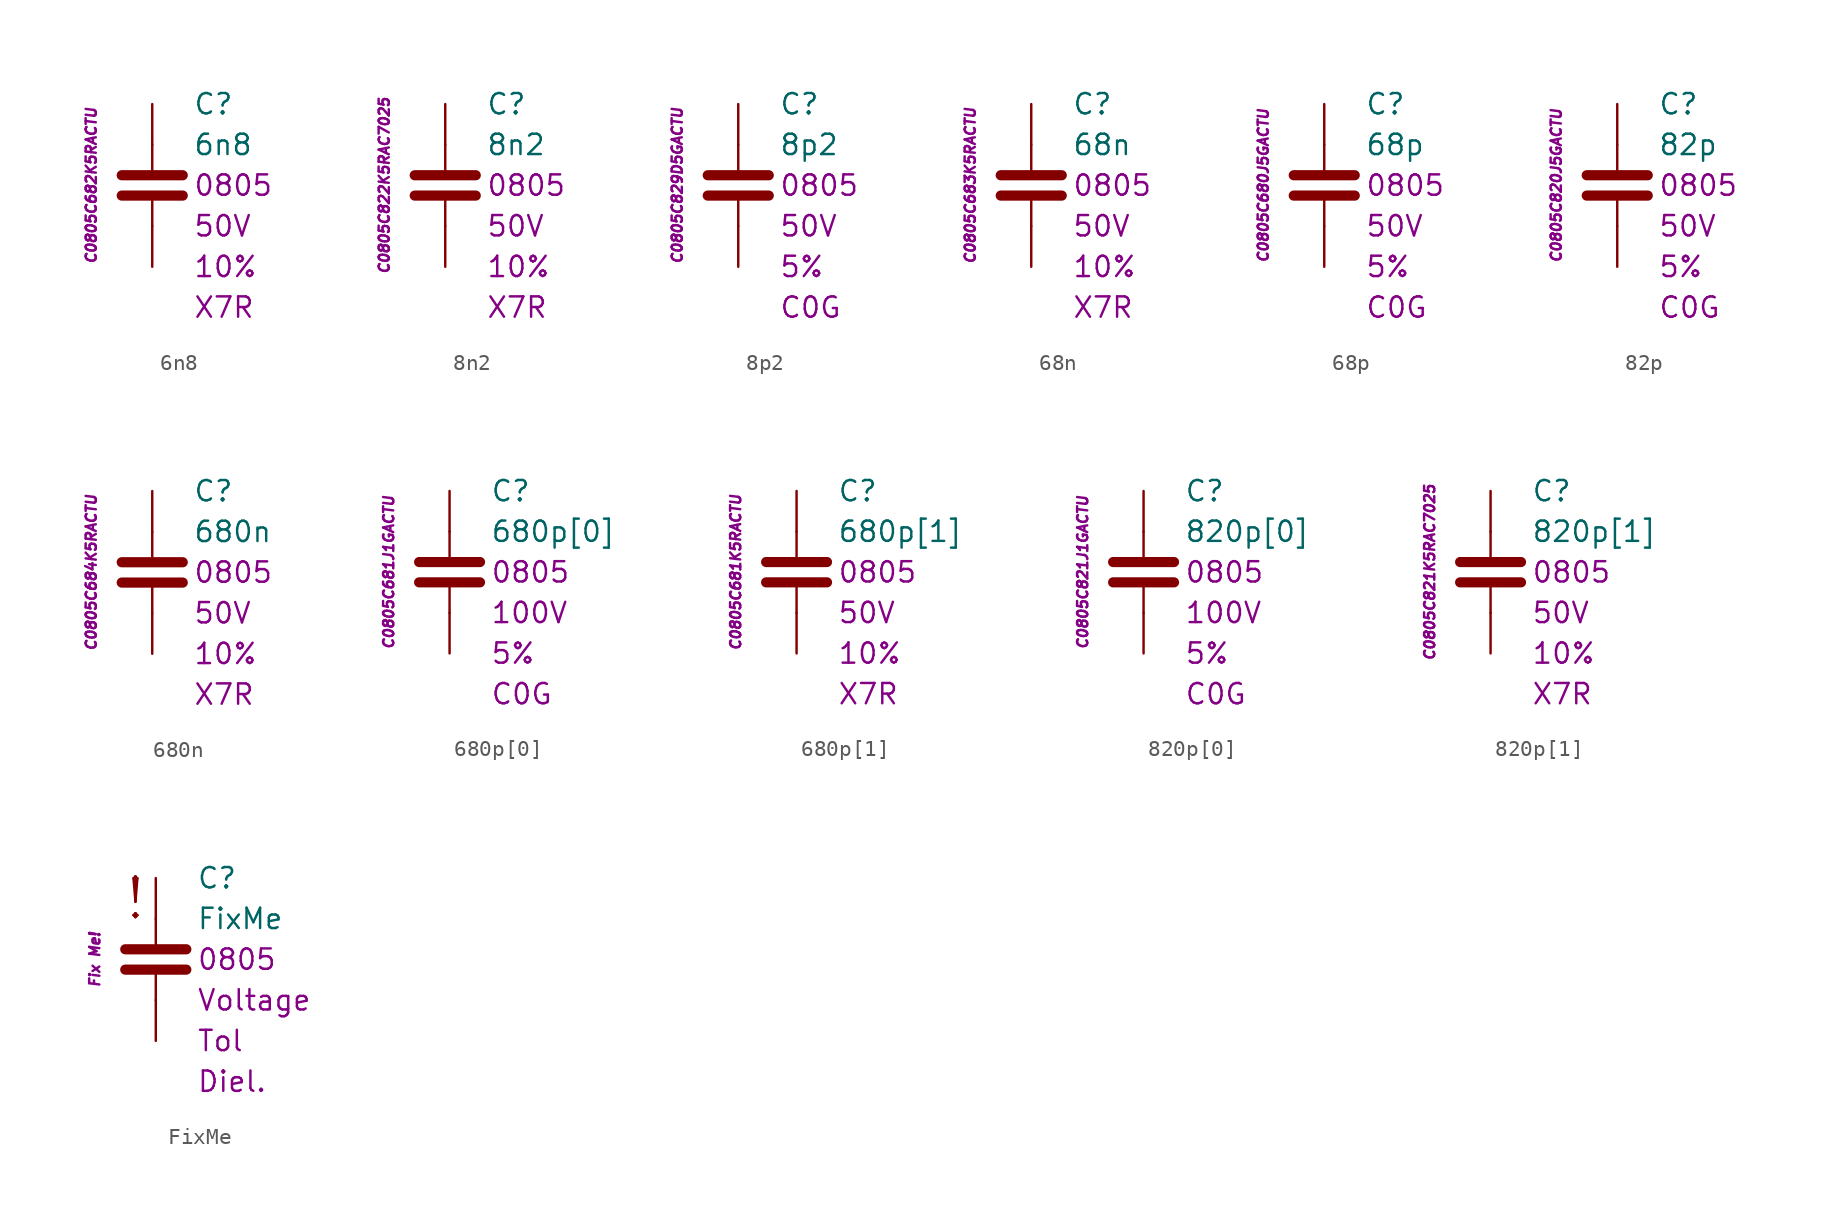
<source format=kicad_sym>
(kicad_symbol_lib
  (version 20201005)
  (generator kicad_symbol_editor)
  (symbol "6n8"
    (pin_numbers hide)
    (pin_names
      (offset 1.016) hide)
    (property "Reference" "C"
      (at 2.54 5.08 0)
      (effects (font (size 1.27 1.27)) (justify left)))
    (property "Value" "6n8"
      (at 2.54 2.54 0)
      (effects (font (size 1.27 1.27)) (justify left)))
    (property "Package" "0805"
      (at 2.54 0 0)
      (effects (font (size 1.27 1.27)) (justify left)))
    (property "Voltage" "50V"
      (at 2.54 -2.54 0)
      (effects (font (size 1.27 1.27)) (justify left)))
    (property "Tolerance" "10%"
      (at 2.54 -5.08 0)
      (effects (font (size 1.27 1.27)) (justify left)))
    (property "Dielectric" "X7R"
      (at 2.54 -7.62 0)
      (effects (font (size 1.27 1.27)) (justify left)))
    (property "ID" "C0805C682K5RACTU"
      (at -3.81 0 90)
      (effects (font (size 0.635 0.635) italic)))
    (symbol "6n8_0_1"
      (polyline (pts (xy -1.905 -0.635) (xy 1.905 -0.635)) (stroke (width 0.635)) (fill (type none)))
      (polyline (pts (xy -1.905 0.635) (xy 1.905 0.635)) (stroke (width 0.635)) (fill (type none)))
      (polyline (pts (xy 0 -2.54) (xy 0 -0.635)) (stroke (width 0.152)) (fill (type none)))
      (polyline (pts (xy 0 0.635) (xy 0 2.54)) (stroke (width 0.152)) (fill (type none))))
    (symbol "6n8_1_1"
      (pin passive line (at 0 5.08 270) (length 2.54) (name "~" (effects (font (size 1.778 1.778)))) (number "1" (effects (font (size 1.778 1.778)))))
      (pin passive line (at 0 -5.08 90) (length 2.54) (name "~" (effects (font (size 1.778 1.778)))) (number "2" (effects (font (size 1.778 1.778)))))))
  (symbol "8n2"
    (pin_numbers hide)
    (pin_names
      (offset 1.016) hide)
    (property "Reference" "C"
      (at 2.54 5.08 0)
      (effects (font (size 1.27 1.27)) (justify left)))
    (property "Value" "8n2"
      (at 2.54 2.54 0)
      (effects (font (size 1.27 1.27)) (justify left)))
    (property "Package" "0805"
      (at 2.54 0 0)
      (effects (font (size 1.27 1.27)) (justify left)))
    (property "Voltage" "50V"
      (at 2.54 -2.54 0)
      (effects (font (size 1.27 1.27)) (justify left)))
    (property "Tolerance" "10%"
      (at 2.54 -5.08 0)
      (effects (font (size 1.27 1.27)) (justify left)))
    (property "Dielectric" "X7R"
      (at 2.54 -7.62 0)
      (effects (font (size 1.27 1.27)) (justify left)))
    (property "ID" "C0805C822K5RAC7025"
      (at -3.81 0 90)
      (effects (font (size 0.635 0.635) italic)))
    (symbol "8n2_0_1"
      (polyline (pts (xy -1.905 -0.635) (xy 1.905 -0.635)) (stroke (width 0.635)) (fill (type none)))
      (polyline (pts (xy -1.905 0.635) (xy 1.905 0.635)) (stroke (width 0.635)) (fill (type none)))
      (polyline (pts (xy 0 -2.54) (xy 0 -0.635)) (stroke (width 0.152)) (fill (type none)))
      (polyline (pts (xy 0 0.635) (xy 0 2.54)) (stroke (width 0.152)) (fill (type none))))
    (symbol "8n2_1_1"
      (pin passive line (at 0 5.08 270) (length 2.54) (name "~" (effects (font (size 1.778 1.778)))) (number "1" (effects (font (size 1.778 1.778)))))
      (pin passive line (at 0 -5.08 90) (length 2.54) (name "~" (effects (font (size 1.778 1.778)))) (number "2" (effects (font (size 1.778 1.778)))))))
  (symbol "8p2"
    (pin_numbers hide)
    (pin_names
      (offset 1.016) hide)
    (property "Reference" "C"
      (at 2.54 5.08 0)
      (effects (font (size 1.27 1.27)) (justify left)))
    (property "Value" "8p2"
      (at 2.54 2.54 0)
      (effects (font (size 1.27 1.27)) (justify left)))
    (property "Package" "0805"
      (at 2.54 0 0)
      (effects (font (size 1.27 1.27)) (justify left)))
    (property "Voltage" "50V"
      (at 2.54 -2.54 0)
      (effects (font (size 1.27 1.27)) (justify left)))
    (property "Tolerance" "5%"
      (at 2.54 -5.08 0)
      (effects (font (size 1.27 1.27)) (justify left)))
    (property "Dielectric" "C0G"
      (at 2.54 -7.62 0)
      (effects (font (size 1.27 1.27)) (justify left)))
    (property "ID" "C0805C829D5GACTU"
      (at -3.81 0 90)
      (effects (font (size 0.635 0.635) italic)))
    (symbol "8p2_0_1"
      (polyline (pts (xy -1.905 -0.635) (xy 1.905 -0.635)) (stroke (width 0.635)) (fill (type none)))
      (polyline (pts (xy -1.905 0.635) (xy 1.905 0.635)) (stroke (width 0.635)) (fill (type none)))
      (polyline (pts (xy 0 -2.54) (xy 0 -0.635)) (stroke (width 0.152)) (fill (type none)))
      (polyline (pts (xy 0 0.635) (xy 0 2.54)) (stroke (width 0.152)) (fill (type none))))
    (symbol "8p2_1_1"
      (pin passive line (at 0 5.08 270) (length 2.54) (name "~" (effects (font (size 1.778 1.778)))) (number "1" (effects (font (size 1.778 1.778)))))
      (pin passive line (at 0 -5.08 90) (length 2.54) (name "~" (effects (font (size 1.778 1.778)))) (number "2" (effects (font (size 1.778 1.778)))))))
  (symbol "68n"
    (pin_numbers hide)
    (pin_names
      (offset 1.016) hide)
    (property "Reference" "C"
      (at 2.54 5.08 0)
      (effects (font (size 1.27 1.27)) (justify left)))
    (property "Value" "68n"
      (at 2.54 2.54 0)
      (effects (font (size 1.27 1.27)) (justify left)))
    (property "Package" "0805"
      (at 2.54 0 0)
      (effects (font (size 1.27 1.27)) (justify left)))
    (property "Voltage" "50V"
      (at 2.54 -2.54 0)
      (effects (font (size 1.27 1.27)) (justify left)))
    (property "Tolerance" "10%"
      (at 2.54 -5.08 0)
      (effects (font (size 1.27 1.27)) (justify left)))
    (property "Dielectric" "X7R"
      (at 2.54 -7.62 0)
      (effects (font (size 1.27 1.27)) (justify left)))
    (property "ID" "C0805C683K5RACTU"
      (at -3.81 0 90)
      (effects (font (size 0.635 0.635) italic)))
    (symbol "68n_0_1"
      (polyline (pts (xy -1.905 -0.635) (xy 1.905 -0.635)) (stroke (width 0.635)) (fill (type none)))
      (polyline (pts (xy -1.905 0.635) (xy 1.905 0.635)) (stroke (width 0.635)) (fill (type none)))
      (polyline (pts (xy 0 -2.54) (xy 0 -0.635)) (stroke (width 0.152)) (fill (type none)))
      (polyline (pts (xy 0 0.635) (xy 0 2.54)) (stroke (width 0.152)) (fill (type none))))
    (symbol "68n_1_1"
      (pin passive line (at 0 5.08 270) (length 2.54) (name "~" (effects (font (size 1.778 1.778)))) (number "1" (effects (font (size 1.778 1.778)))))
      (pin passive line (at 0 -5.08 90) (length 2.54) (name "~" (effects (font (size 1.778 1.778)))) (number "2" (effects (font (size 1.778 1.778)))))))
  (symbol "68p"
    (pin_numbers hide)
    (pin_names
      (offset 1.016) hide)
    (property "Reference" "C"
      (at 2.54 5.08 0)
      (effects (font (size 1.27 1.27)) (justify left)))
    (property "Value" "68p"
      (at 2.54 2.54 0)
      (effects (font (size 1.27 1.27)) (justify left)))
    (property "Package" "0805"
      (at 2.54 0 0)
      (effects (font (size 1.27 1.27)) (justify left)))
    (property "Voltage" "50V"
      (at 2.54 -2.54 0)
      (effects (font (size 1.27 1.27)) (justify left)))
    (property "Tolerance" "5%"
      (at 2.54 -5.08 0)
      (effects (font (size 1.27 1.27)) (justify left)))
    (property "Dielectric" "C0G"
      (at 2.54 -7.62 0)
      (effects (font (size 1.27 1.27)) (justify left)))
    (property "ID" "C0805C680J5GACTU"
      (at -3.81 0 90)
      (effects (font (size 0.635 0.635) italic)))
    (symbol "68p_0_1"
      (polyline (pts (xy -1.905 -0.635) (xy 1.905 -0.635)) (stroke (width 0.635)) (fill (type none)))
      (polyline (pts (xy -1.905 0.635) (xy 1.905 0.635)) (stroke (width 0.635)) (fill (type none)))
      (polyline (pts (xy 0 -2.54) (xy 0 -0.635)) (stroke (width 0.152)) (fill (type none)))
      (polyline (pts (xy 0 0.635) (xy 0 2.54)) (stroke (width 0.152)) (fill (type none))))
    (symbol "68p_1_1"
      (pin passive line (at 0 5.08 270) (length 2.54) (name "~" (effects (font (size 1.778 1.778)))) (number "1" (effects (font (size 1.778 1.778)))))
      (pin passive line (at 0 -5.08 90) (length 2.54) (name "~" (effects (font (size 1.778 1.778)))) (number "2" (effects (font (size 1.778 1.778)))))))
  (symbol "82p"
    (pin_numbers hide)
    (pin_names
      (offset 1.016) hide)
    (property "Reference" "C"
      (at 2.54 5.08 0)
      (effects (font (size 1.27 1.27)) (justify left)))
    (property "Value" "82p"
      (at 2.54 2.54 0)
      (effects (font (size 1.27 1.27)) (justify left)))
    (property "Package" "0805"
      (at 2.54 0 0)
      (effects (font (size 1.27 1.27)) (justify left)))
    (property "Voltage" "50V"
      (at 2.54 -2.54 0)
      (effects (font (size 1.27 1.27)) (justify left)))
    (property "Tolerance" "5%"
      (at 2.54 -5.08 0)
      (effects (font (size 1.27 1.27)) (justify left)))
    (property "Dielectric" "C0G"
      (at 2.54 -7.62 0)
      (effects (font (size 1.27 1.27)) (justify left)))
    (property "ID" "C0805C820J5GACTU"
      (at -3.81 0 90)
      (effects (font (size 0.635 0.635) italic)))
    (symbol "82p_0_1"
      (polyline (pts (xy -1.905 -0.635) (xy 1.905 -0.635)) (stroke (width 0.635)) (fill (type none)))
      (polyline (pts (xy -1.905 0.635) (xy 1.905 0.635)) (stroke (width 0.635)) (fill (type none)))
      (polyline (pts (xy 0 -2.54) (xy 0 -0.635)) (stroke (width 0.152)) (fill (type none)))
      (polyline (pts (xy 0 0.635) (xy 0 2.54)) (stroke (width 0.152)) (fill (type none))))
    (symbol "82p_1_1"
      (pin passive line (at 0 5.08 270) (length 2.54) (name "~" (effects (font (size 1.778 1.778)))) (number "1" (effects (font (size 1.778 1.778)))))
      (pin passive line (at 0 -5.08 90) (length 2.54) (name "~" (effects (font (size 1.778 1.778)))) (number "2" (effects (font (size 1.778 1.778)))))))
  (symbol "680n"
    (pin_numbers hide)
    (pin_names
      (offset 1.016) hide)
    (property "Reference" "C"
      (at 2.54 5.08 0)
      (effects (font (size 1.27 1.27)) (justify left)))
    (property "Value" "680n"
      (at 2.54 2.54 0)
      (effects (font (size 1.27 1.27)) (justify left)))
    (property "Package" "0805"
      (at 2.54 0 0)
      (effects (font (size 1.27 1.27)) (justify left)))
    (property "Voltage" "50V"
      (at 2.54 -2.54 0)
      (effects (font (size 1.27 1.27)) (justify left)))
    (property "Tolerance" "10%"
      (at 2.54 -5.08 0)
      (effects (font (size 1.27 1.27)) (justify left)))
    (property "Dielectric" "X7R"
      (at 2.54 -7.62 0)
      (effects (font (size 1.27 1.27)) (justify left)))
    (property "ID" "C0805C684K5RACTU"
      (at -3.81 0 90)
      (effects (font (size 0.635 0.635) italic)))
    (symbol "680n_0_1"
      (polyline (pts (xy -1.905 -0.635) (xy 1.905 -0.635)) (stroke (width 0.635)) (fill (type none)))
      (polyline (pts (xy -1.905 0.635) (xy 1.905 0.635)) (stroke (width 0.635)) (fill (type none)))
      (polyline (pts (xy 0 -2.54) (xy 0 -0.635)) (stroke (width 0.152)) (fill (type none)))
      (polyline (pts (xy 0 0.635) (xy 0 2.54)) (stroke (width 0.152)) (fill (type none))))
    (symbol "680n_1_1"
      (pin passive line (at 0 5.08 270) (length 2.54) (name "~" (effects (font (size 1.778 1.778)))) (number "1" (effects (font (size 1.778 1.778)))))
      (pin passive line (at 0 -5.08 90) (length 2.54) (name "~" (effects (font (size 1.778 1.778)))) (number "2" (effects (font (size 1.778 1.778)))))))
  (symbol "680p[0]"
    (pin_numbers hide)
    (pin_names
      (offset 1.016) hide)
    (property "Reference" "C"
      (at 2.54 5.08 0)
      (effects (font (size 1.27 1.27)) (justify left)))
    (property "Value" "680p[0]"
      (at 2.54 2.54 0)
      (effects (font (size 1.27 1.27)) (justify left)))
    (property "Package" "0805"
      (at 2.54 0 0)
      (effects (font (size 1.27 1.27)) (justify left)))
    (property "Voltage" "100V"
      (at 2.54 -2.54 0)
      (effects (font (size 1.27 1.27)) (justify left)))
    (property "Tolerance" "5%"
      (at 2.54 -5.08 0)
      (effects (font (size 1.27 1.27)) (justify left)))
    (property "Dielectric" "C0G"
      (at 2.54 -7.62 0)
      (effects (font (size 1.27 1.27)) (justify left)))
    (property "ID" "C0805C681J1GACTU"
      (at -3.81 0 90)
      (effects (font (size 0.635 0.635) italic)))
    (symbol "680p[0]_0_1"
      (polyline (pts (xy -1.905 -0.635) (xy 1.905 -0.635)) (stroke (width 0.635)) (fill (type none)))
      (polyline (pts (xy -1.905 0.635) (xy 1.905 0.635)) (stroke (width 0.635)) (fill (type none)))
      (polyline (pts (xy 0 -2.54) (xy 0 -0.635)) (stroke (width 0.152)) (fill (type none)))
      (polyline (pts (xy 0 0.635) (xy 0 2.54)) (stroke (width 0.152)) (fill (type none))))
    (symbol "680p[0]_1_1"
      (pin passive line (at 0 5.08 270) (length 2.54) (name "~" (effects (font (size 1.778 1.778)))) (number "1" (effects (font (size 1.778 1.778)))))
      (pin passive line (at 0 -5.08 90) (length 2.54) (name "~" (effects (font (size 1.778 1.778)))) (number "2" (effects (font (size 1.778 1.778)))))))
  (symbol "680p[1]"
    (pin_numbers hide)
    (pin_names
      (offset 1.016) hide)
    (property "Reference" "C"
      (at 2.54 5.08 0)
      (effects (font (size 1.27 1.27)) (justify left)))
    (property "Value" "680p[1]"
      (at 2.54 2.54 0)
      (effects (font (size 1.27 1.27)) (justify left)))
    (property "Package" "0805"
      (at 2.54 0 0)
      (effects (font (size 1.27 1.27)) (justify left)))
    (property "Voltage" "50V"
      (at 2.54 -2.54 0)
      (effects (font (size 1.27 1.27)) (justify left)))
    (property "Tolerance" "10%"
      (at 2.54 -5.08 0)
      (effects (font (size 1.27 1.27)) (justify left)))
    (property "Dielectric" "X7R"
      (at 2.54 -7.62 0)
      (effects (font (size 1.27 1.27)) (justify left)))
    (property "ID" "C0805C681K5RACTU"
      (at -3.81 0 90)
      (effects (font (size 0.635 0.635) italic)))
    (symbol "680p[1]_0_1"
      (polyline (pts (xy -1.905 -0.635) (xy 1.905 -0.635)) (stroke (width 0.635)) (fill (type none)))
      (polyline (pts (xy -1.905 0.635) (xy 1.905 0.635)) (stroke (width 0.635)) (fill (type none)))
      (polyline (pts (xy 0 -2.54) (xy 0 -0.635)) (stroke (width 0.152)) (fill (type none)))
      (polyline (pts (xy 0 0.635) (xy 0 2.54)) (stroke (width 0.152)) (fill (type none))))
    (symbol "680p[1]_1_1"
      (pin passive line (at 0 5.08 270) (length 2.54) (name "~" (effects (font (size 1.778 1.778)))) (number "1" (effects (font (size 1.778 1.778)))))
      (pin passive line (at 0 -5.08 90) (length 2.54) (name "~" (effects (font (size 1.778 1.778)))) (number "2" (effects (font (size 1.778 1.778)))))))
  (symbol "820p[0]"
    (pin_numbers hide)
    (pin_names
      (offset 1.016) hide)
    (property "Reference" "C"
      (at 2.54 5.08 0)
      (effects (font (size 1.27 1.27)) (justify left)))
    (property "Value" "820p[0]"
      (at 2.54 2.54 0)
      (effects (font (size 1.27 1.27)) (justify left)))
    (property "Package" "0805"
      (at 2.54 0 0)
      (effects (font (size 1.27 1.27)) (justify left)))
    (property "Voltage" "100V"
      (at 2.54 -2.54 0)
      (effects (font (size 1.27 1.27)) (justify left)))
    (property "Tolerance" "5%"
      (at 2.54 -5.08 0)
      (effects (font (size 1.27 1.27)) (justify left)))
    (property "Dielectric" "C0G"
      (at 2.54 -7.62 0)
      (effects (font (size 1.27 1.27)) (justify left)))
    (property "ID" "C0805C821J1GACTU"
      (at -3.81 0 90)
      (effects (font (size 0.635 0.635) italic)))
    (symbol "820p[0]_0_1"
      (polyline (pts (xy -1.905 -0.635) (xy 1.905 -0.635)) (stroke (width 0.635)) (fill (type none)))
      (polyline (pts (xy -1.905 0.635) (xy 1.905 0.635)) (stroke (width 0.635)) (fill (type none)))
      (polyline (pts (xy 0 -2.54) (xy 0 -0.635)) (stroke (width 0.152)) (fill (type none)))
      (polyline (pts (xy 0 0.635) (xy 0 2.54)) (stroke (width 0.152)) (fill (type none))))
    (symbol "820p[0]_1_1"
      (pin passive line (at 0 5.08 270) (length 2.54) (name "~" (effects (font (size 1.778 1.778)))) (number "1" (effects (font (size 1.778 1.778)))))
      (pin passive line (at 0 -5.08 90) (length 2.54) (name "~" (effects (font (size 1.778 1.778)))) (number "2" (effects (font (size 1.778 1.778)))))))
  (symbol "820p[1]"
    (pin_numbers hide)
    (pin_names
      (offset 1.016) hide)
    (property "Reference" "C"
      (at 2.54 5.08 0)
      (effects (font (size 1.27 1.27)) (justify left)))
    (property "Value" "820p[1]"
      (at 2.54 2.54 0)
      (effects (font (size 1.27 1.27)) (justify left)))
    (property "Package" "0805"
      (at 2.54 0 0)
      (effects (font (size 1.27 1.27)) (justify left)))
    (property "Voltage" "50V"
      (at 2.54 -2.54 0)
      (effects (font (size 1.27 1.27)) (justify left)))
    (property "Tolerance" "10%"
      (at 2.54 -5.08 0)
      (effects (font (size 1.27 1.27)) (justify left)))
    (property "Dielectric" "X7R"
      (at 2.54 -7.62 0)
      (effects (font (size 1.27 1.27)) (justify left)))
    (property "ID" "C0805C821K5RAC7025"
      (at -3.81 0 90)
      (effects (font (size 0.635 0.635) italic)))
    (symbol "820p[1]_0_1"
      (polyline (pts (xy -1.905 -0.635) (xy 1.905 -0.635)) (stroke (width 0.635)) (fill (type none)))
      (polyline (pts (xy -1.905 0.635) (xy 1.905 0.635)) (stroke (width 0.635)) (fill (type none)))
      (polyline (pts (xy 0 -2.54) (xy 0 -0.635)) (stroke (width 0.152)) (fill (type none)))
      (polyline (pts (xy 0 0.635) (xy 0 2.54)) (stroke (width 0.152)) (fill (type none))))
    (symbol "820p[1]_1_1"
      (pin passive line (at 0 5.08 270) (length 2.54) (name "~" (effects (font (size 1.778 1.778)))) (number "1" (effects (font (size 1.778 1.778)))))
      (pin passive line (at 0 -5.08 90) (length 2.54) (name "~" (effects (font (size 1.778 1.778)))) (number "2" (effects (font (size 1.778 1.778)))))))
  (symbol "FixMe"
    (pin_numbers hide)
    (pin_names
      (offset 1.016) hide)
    (property "Reference" "C"
      (at 2.54 5.08 0)
      (effects (font (size 1.27 1.27)) (justify left)))
    (property "Value" "FixMe"
      (at 2.54 2.54 0)
      (effects (font (size 1.27 1.27)) (justify left)))
    (property "Package" "0805"
      (at 2.54 0 0)
      (effects (font (size 1.27 1.27)) (justify left)))
    (property "Voltage" "Voltage"
      (at 2.54 -2.54 0)
      (effects (font (size 1.27 1.27)) (justify left)))
    (property "Tolerance" "Tol"
      (at 2.54 -5.08 0)
      (effects (font (size 1.27 1.27)) (justify left)))
    (property "Dielectric" "Diel."
      (at 2.54 -7.62 0)
      (effects (font (size 1.27 1.27)) (justify left)))
    (property "ID" "Fix Me!"
      (at -3.81 0 90)
      (effects (font (size 0.635 0.635) italic)))
    (symbol "FixMe_0_0"
      (text "!" (at -1.27 3.81 0) (effects (font (size 2.54 2.54)))))
    (symbol "FixMe_0_1"
      (polyline (pts (xy -1.905 -0.635) (xy 1.905 -0.635)) (stroke (width 0.635)) (fill (type none)))
      (polyline (pts (xy -1.905 0.635) (xy 1.905 0.635)) (stroke (width 0.635)) (fill (type none)))
      (polyline (pts (xy 0 -2.54) (xy 0 -0.635)) (stroke (width 0.152)) (fill (type none)))
      (polyline (pts (xy 0 0.635) (xy 0 2.54)) (stroke (width 0.152)) (fill (type none))))
    (symbol "FixMe_1_1"
      (pin passive line (at 0 5.08 270) (length 2.54) (name "~" (effects (font (size 1.778 1.778)))) (number "1" (effects (font (size 1.778 1.778)))))
      (pin passive line (at 0 -5.08 90) (length 2.54) (name "~" (effects (font (size 1.778 1.778)))) (number "2" (effects (font (size 1.778 1.778))))))))
</source>
